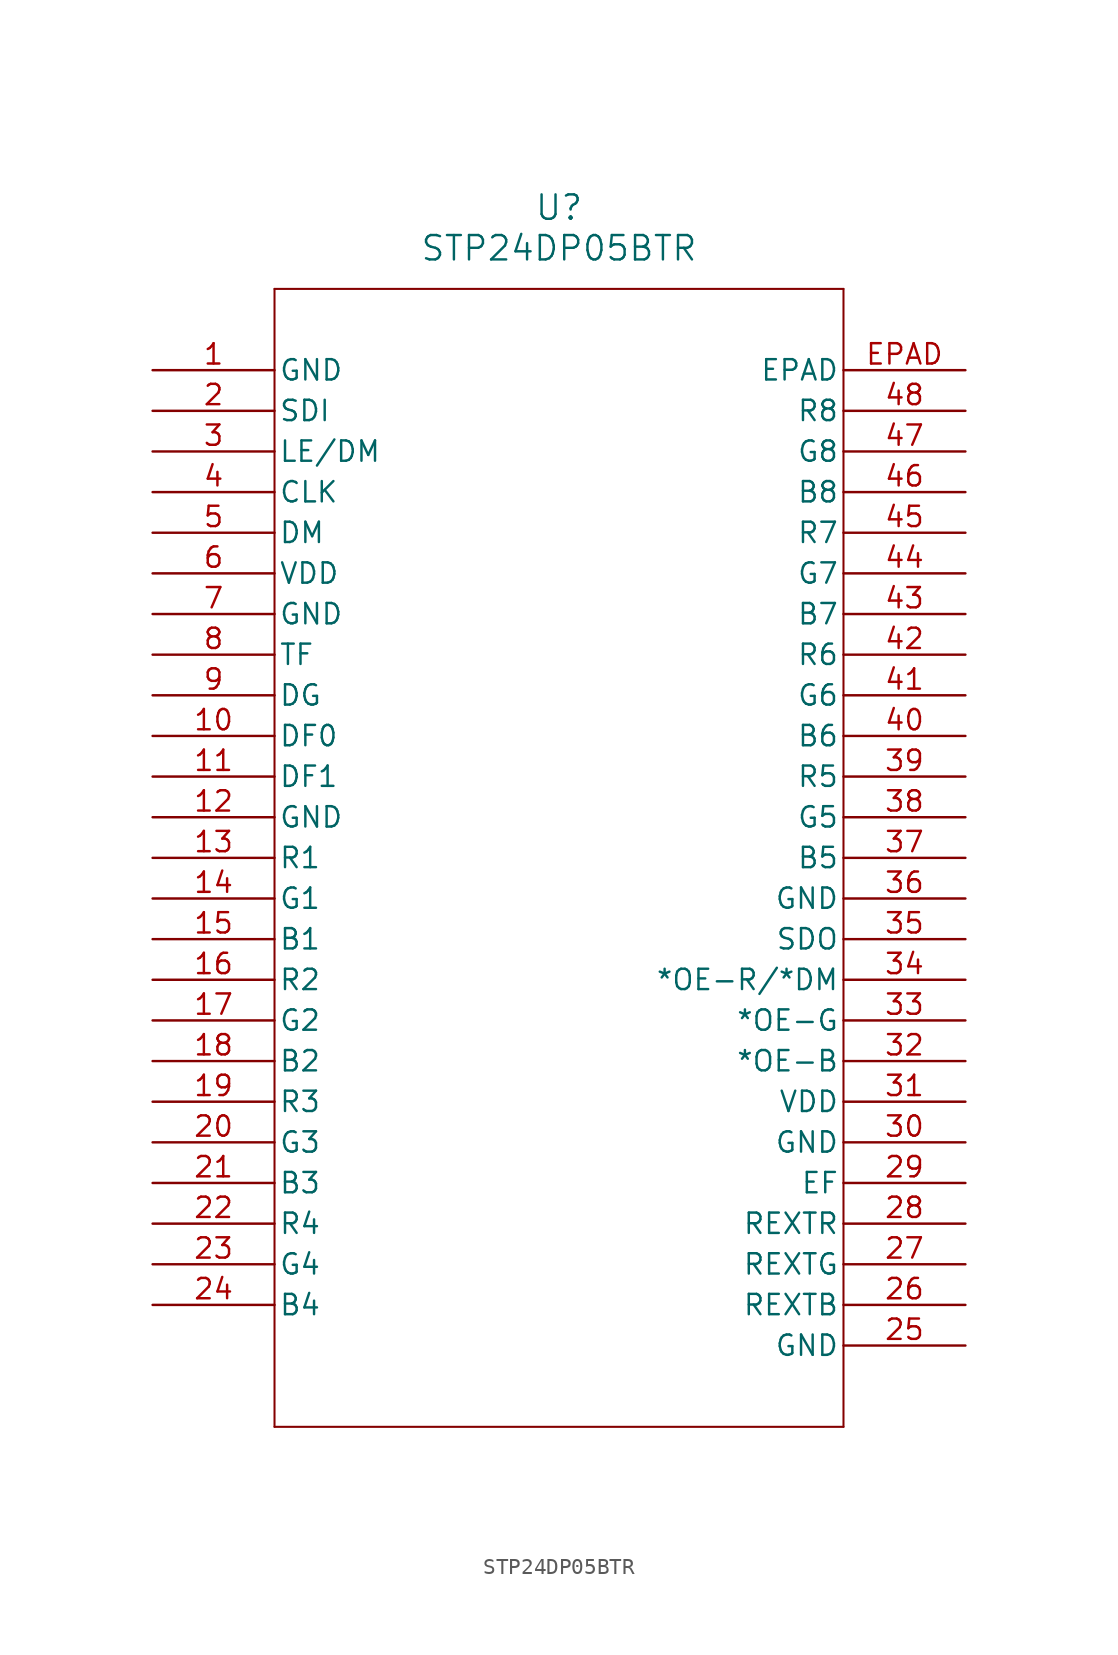
<source format=kicad_sym>
(kicad_symbol_lib
  (version 20211014)
  (generator kicad_symbol_editor)
  (symbol "STP24DP05BTR"
    (pin_names
      (offset 0.254))
    (property "Reference" "U"
      (at 25.4 10.16 0)
      (effects (font (size 1.524 1.524))))
    (property "Value" "STP24DP05BTR"
      (at 25.4 7.62 0)
      (effects (font (size 1.524 1.524))))
    (symbol "STP24DP05BTR_0_1"
      (polyline (pts (xy 7.62 5.08) (xy 7.62 -66.04)) (stroke (width 0.127) (type default) (color 0 0 0 0)) (fill (type none)))
      (polyline (pts (xy 7.62 -66.04) (xy 43.18 -66.04)) (stroke (width 0.127) (type default) (color 0 0 0 0)) (fill (type none)))
      (polyline (pts (xy 43.18 -66.04) (xy 43.18 5.08)) (stroke (width 0.127) (type default) (color 0 0 0 0)) (fill (type none)))
      (polyline (pts (xy 43.18 5.08) (xy 7.62 5.08)) (stroke (width 0.127) (type default) (color 0 0 0 0)) (fill (type none)))
      (pin power_in line (at 0 0 0) (length 7.62) (name "GND" (effects (font (size 1.27 1.27)))) (number "1" (effects (font (size 1.27 1.27)))))
      (pin input line (at 0 -2.54 0) (length 7.62) (name "SDI" (effects (font (size 1.27 1.27)))) (number "2" (effects (font (size 1.27 1.27)))))
      (pin unspecified line (at 0 -5.08 0) (length 7.62) (name "LE/DM" (effects (font (size 1.27 1.27)))) (number "3" (effects (font (size 1.27 1.27)))))
      (pin unspecified line (at 0 -7.62 0) (length 7.62) (name "CLK" (effects (font (size 1.27 1.27)))) (number "4" (effects (font (size 1.27 1.27)))))
      (pin unspecified line (at 0 -10.16 0) (length 7.62) (name "DM" (effects (font (size 1.27 1.27)))) (number "5" (effects (font (size 1.27 1.27)))))
      (pin power_in line (at 0 -12.7 0) (length 7.62) (name "VDD" (effects (font (size 1.27 1.27)))) (number "6" (effects (font (size 1.27 1.27)))))
      (pin power_in line (at 0 -15.24 0) (length 7.62) (name "GND" (effects (font (size 1.27 1.27)))) (number "7" (effects (font (size 1.27 1.27)))))
      (pin unspecified line (at 0 -17.78 0) (length 7.62) (name "TF" (effects (font (size 1.27 1.27)))) (number "8" (effects (font (size 1.27 1.27)))))
      (pin unspecified line (at 0 -20.32 0) (length 7.62) (name "DG" (effects (font (size 1.27 1.27)))) (number "9" (effects (font (size 1.27 1.27)))))
      (pin unspecified line (at 0 -22.86 0) (length 7.62) (name "DF0" (effects (font (size 1.27 1.27)))) (number "10" (effects (font (size 1.27 1.27)))))
      (pin unspecified line (at 0 -25.4 0) (length 7.62) (name "DF1" (effects (font (size 1.27 1.27)))) (number "11" (effects (font (size 1.27 1.27)))))
      (pin power_in line (at 0 -27.94 0) (length 7.62) (name "GND" (effects (font (size 1.27 1.27)))) (number "12" (effects (font (size 1.27 1.27)))))
      (pin output line (at 0 -30.48 0) (length 7.62) (name "R1" (effects (font (size 1.27 1.27)))) (number "13" (effects (font (size 1.27 1.27)))))
      (pin output line (at 0 -33.02 0) (length 7.62) (name "G1" (effects (font (size 1.27 1.27)))) (number "14" (effects (font (size 1.27 1.27)))))
      (pin output line (at 0 -35.56 0) (length 7.62) (name "B1" (effects (font (size 1.27 1.27)))) (number "15" (effects (font (size 1.27 1.27)))))
      (pin output line (at 0 -38.1 0) (length 7.62) (name "R2" (effects (font (size 1.27 1.27)))) (number "16" (effects (font (size 1.27 1.27)))))
      (pin output line (at 0 -40.64 0) (length 7.62) (name "G2" (effects (font (size 1.27 1.27)))) (number "17" (effects (font (size 1.27 1.27)))))
      (pin output line (at 0 -43.18 0) (length 7.62) (name "B2" (effects (font (size 1.27 1.27)))) (number "18" (effects (font (size 1.27 1.27)))))
      (pin output line (at 0 -45.72 0) (length 7.62) (name "R3" (effects (font (size 1.27 1.27)))) (number "19" (effects (font (size 1.27 1.27)))))
      (pin output line (at 0 -48.26 0) (length 7.62) (name "G3" (effects (font (size 1.27 1.27)))) (number "20" (effects (font (size 1.27 1.27)))))
      (pin output line (at 0 -50.8 0) (length 7.62) (name "B3" (effects (font (size 1.27 1.27)))) (number "21" (effects (font (size 1.27 1.27)))))
      (pin output line (at 0 -53.34 0) (length 7.62) (name "R4" (effects (font (size 1.27 1.27)))) (number "22" (effects (font (size 1.27 1.27)))))
      (pin output line (at 0 -55.88 0) (length 7.62) (name "G4" (effects (font (size 1.27 1.27)))) (number "23" (effects (font (size 1.27 1.27)))))
      (pin output line (at 0 -58.42 0) (length 7.62) (name "B4" (effects (font (size 1.27 1.27)))) (number "24" (effects (font (size 1.27 1.27)))))
      (pin power_in line (at 50.8 -60.96 180) (length 7.62) (name "GND" (effects (font (size 1.27 1.27)))) (number "25" (effects (font (size 1.27 1.27)))))
      (pin output line (at 50.8 -58.42 180) (length 7.62) (name "REXTB" (effects (font (size 1.27 1.27)))) (number "26" (effects (font (size 1.27 1.27)))))
      (pin output line (at 50.8 -55.88 180) (length 7.62) (name "REXTG" (effects (font (size 1.27 1.27)))) (number "27" (effects (font (size 1.27 1.27)))))
      (pin output line (at 50.8 -53.34 180) (length 7.62) (name "REXTR" (effects (font (size 1.27 1.27)))) (number "28" (effects (font (size 1.27 1.27)))))
      (pin unspecified line (at 50.8 -50.8 180) (length 7.62) (name "EF" (effects (font (size 1.27 1.27)))) (number "29" (effects (font (size 1.27 1.27)))))
      (pin power_in line (at 50.8 -48.26 180) (length 7.62) (name "GND" (effects (font (size 1.27 1.27)))) (number "30" (effects (font (size 1.27 1.27)))))
      (pin power_in line (at 50.8 -45.72 180) (length 7.62) (name "VDD" (effects (font (size 1.27 1.27)))) (number "31" (effects (font (size 1.27 1.27)))))
      (pin output line (at 50.8 -43.18 180) (length 7.62) (name "*OE-B" (effects (font (size 1.27 1.27)))) (number "32" (effects (font (size 1.27 1.27)))))
      (pin output line (at 50.8 -40.64 180) (length 7.62) (name "*OE-G" (effects (font (size 1.27 1.27)))) (number "33" (effects (font (size 1.27 1.27)))))
      (pin output line (at 50.8 -38.1 180) (length 7.62) (name "*OE-R/*DM" (effects (font (size 1.27 1.27)))) (number "34" (effects (font (size 1.27 1.27)))))
      (pin output line (at 50.8 -35.56 180) (length 7.62) (name "SDO" (effects (font (size 1.27 1.27)))) (number "35" (effects (font (size 1.27 1.27)))))
      (pin power_in line (at 50.8 -33.02 180) (length 7.62) (name "GND" (effects (font (size 1.27 1.27)))) (number "36" (effects (font (size 1.27 1.27)))))
      (pin output line (at 50.8 -30.48 180) (length 7.62) (name "B5" (effects (font (size 1.27 1.27)))) (number "37" (effects (font (size 1.27 1.27)))))
      (pin output line (at 50.8 -27.94 180) (length 7.62) (name "G5" (effects (font (size 1.27 1.27)))) (number "38" (effects (font (size 1.27 1.27)))))
      (pin output line (at 50.8 -25.4 180) (length 7.62) (name "R5" (effects (font (size 1.27 1.27)))) (number "39" (effects (font (size 1.27 1.27)))))
      (pin output line (at 50.8 -22.86 180) (length 7.62) (name "B6" (effects (font (size 1.27 1.27)))) (number "40" (effects (font (size 1.27 1.27)))))
      (pin output line (at 50.8 -20.32 180) (length 7.62) (name "G6" (effects (font (size 1.27 1.27)))) (number "41" (effects (font (size 1.27 1.27)))))
      (pin output line (at 50.8 -17.78 180) (length 7.62) (name "R6" (effects (font (size 1.27 1.27)))) (number "42" (effects (font (size 1.27 1.27)))))
      (pin output line (at 50.8 -15.24 180) (length 7.62) (name "B7" (effects (font (size 1.27 1.27)))) (number "43" (effects (font (size 1.27 1.27)))))
      (pin output line (at 50.8 -12.7 180) (length 7.62) (name "G7" (effects (font (size 1.27 1.27)))) (number "44" (effects (font (size 1.27 1.27)))))
      (pin output line (at 50.8 -10.16 180) (length 7.62) (name "R7" (effects (font (size 1.27 1.27)))) (number "45" (effects (font (size 1.27 1.27)))))
      (pin output line (at 50.8 -7.62 180) (length 7.62) (name "B8" (effects (font (size 1.27 1.27)))) (number "46" (effects (font (size 1.27 1.27)))))
      (pin output line (at 50.8 -5.08 180) (length 7.62) (name "G8" (effects (font (size 1.27 1.27)))) (number "47" (effects (font (size 1.27 1.27)))))
      (pin output line (at 50.8 -2.54 180) (length 7.62) (name "R8" (effects (font (size 1.27 1.27)))) (number "48" (effects (font (size 1.27 1.27)))))
      (pin unspecified line (at 50.8 0 180) (length 7.62) (name "EPAD" (effects (font (size 1.27 1.27)))) (number "EPAD" (effects (font (size 1.27 1.27))))))))
</source>
